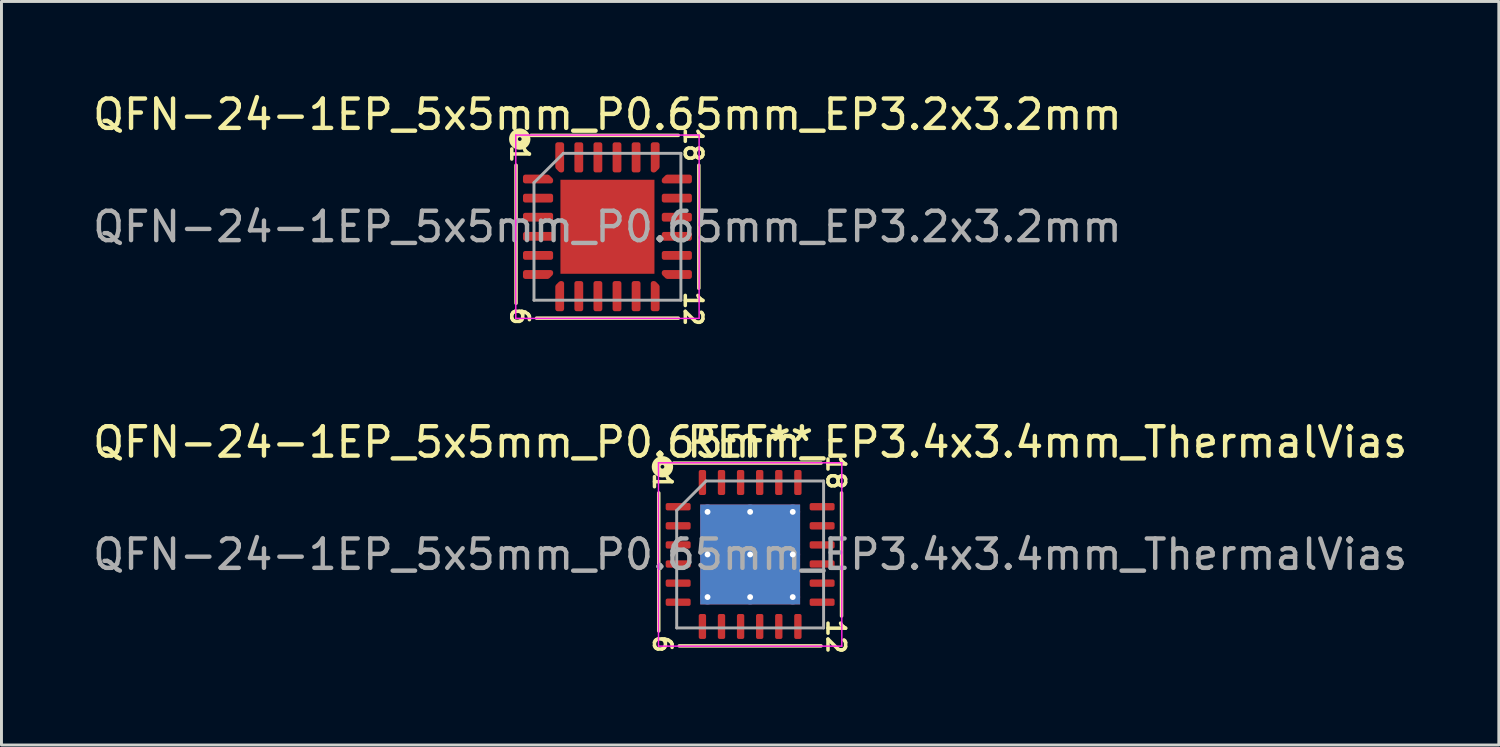
<source format=kicad_pcb>
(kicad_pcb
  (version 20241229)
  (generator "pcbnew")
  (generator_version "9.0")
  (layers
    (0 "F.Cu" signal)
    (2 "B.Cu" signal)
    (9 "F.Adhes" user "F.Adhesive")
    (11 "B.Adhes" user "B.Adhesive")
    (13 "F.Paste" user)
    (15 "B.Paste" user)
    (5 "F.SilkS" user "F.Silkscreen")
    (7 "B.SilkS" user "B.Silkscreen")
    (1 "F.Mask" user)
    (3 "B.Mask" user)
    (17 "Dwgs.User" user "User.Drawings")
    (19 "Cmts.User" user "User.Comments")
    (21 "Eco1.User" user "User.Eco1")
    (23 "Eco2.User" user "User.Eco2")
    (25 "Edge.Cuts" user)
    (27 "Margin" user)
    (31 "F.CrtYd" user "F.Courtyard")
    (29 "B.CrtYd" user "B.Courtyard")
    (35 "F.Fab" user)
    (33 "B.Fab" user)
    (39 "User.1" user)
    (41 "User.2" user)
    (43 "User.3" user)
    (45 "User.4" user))
  (footprint "QFN-24-1EP_5x5mm_P0.65mm_EP3.4x3.4mm_ThermalVias"
    (layer "F.Cu")
    (at 22.482 15.822)
    (property "Reference" "QFN-24-1EP_5x5mm_P0.65mm_EP3.4x3.4mm_ThermalVias" (at 0 -3.82 0) (layer "F.SilkS") (effects (font (size 1 1) (thickness 0.15))))
    (attr smd)
    (fp_line (start -3.111 -2.095) (end -3.111 2.603) (stroke (width 0.12) (type solid)) (layer "F.SilkS"))
    (fp_line (start -2.413 3.111) (end 2.413 3.111) (stroke (width 0.12) (type solid)) (layer "F.SilkS"))
    (fp_line (start 2.413 -3.111) (end -2.603 -3.111) (stroke (width 0.12) (type solid)) (layer "F.SilkS"))
    (fp_line (start 3.111 2.095) (end 3.111 -2.095) (stroke (width 0.12) (type solid)) (layer "F.SilkS"))
    (fp_circle (center -2.985 -2.985) (end -2.921 -2.985) (stroke (width 0.3) (type solid)) (fill no) (layer "F.SilkS"))
    (fp_line (start -3.12 -3.12) (end -3.12 3.12) (stroke (width 0.05) (type solid)) (layer "F.CrtYd"))
    (fp_line (start -3.12 3.12) (end 3.12 3.12) (stroke (width 0.05) (type solid)) (layer "F.CrtYd"))
    (fp_line (start 3.12 -3.12) (end -3.12 -3.12) (stroke (width 0.05) (type solid)) (layer "F.CrtYd"))
    (fp_line (start 3.12 3.12) (end 3.12 -3.12) (stroke (width 0.05) (type solid)) (layer "F.CrtYd"))
    (fp_line (start -2.5 -1.5) (end -1.5 -2.5) (stroke (width 0.1) (type solid)) (layer "F.Fab"))
    (fp_line (start -2.5 2.5) (end -2.5 -1.5) (stroke (width 0.1) (type solid)) (layer "F.Fab"))
    (fp_line (start -1.5 -2.5) (end 2.5 -2.5) (stroke (width 0.1) (type solid)) (layer "F.Fab"))
    (fp_line (start 2.5 -2.5) (end 2.5 2.5) (stroke (width 0.1) (type solid)) (layer "F.Fab"))
    (fp_line (start 2.5 2.5) (end -2.5 2.5) (stroke (width 0.1) (type solid)) (layer "F.Fab"))
    (fp_text user "1" (at -2.985 -2.477 270) (unlocked yes) (layer "F.SilkS") (effects (font (size 0.6 0.6) (thickness 0.12))))
    (fp_text user "12" (at 2.921 2.794 270) (unlocked yes) (layer "F.SilkS") (effects (font (size 0.6 0.6) (thickness 0.12))))
    (fp_text user "REF**" (at 0 -3.82 0) (layer "F.SilkS") (effects (font (size 1 1) (thickness 0.15))))
    (fp_text user "18" (at 2.921 -2.794 270) (unlocked yes) (layer "F.SilkS") (effects (font (size 0.6 0.6) (thickness 0.12))))
    (fp_text user "6" (at -2.985 3.048 270) (unlocked yes) (layer "F.SilkS") (effects (font (size 0.6 0.6) (thickness 0.12))))
    (fp_text user "${REFERENCE}" (at 0 0 0) (layer "F.Fab") (effects (font (size 1 1) (thickness 0.15))))
    (pad "" smd roundrect (at -0.85 -0.85) (size 1.47 1.47) (layers "F.Paste") (roundrect_rratio 0.17))
    (pad "" smd roundrect (at -0.85 0.85) (size 1.47 1.47) (layers "F.Paste") (roundrect_rratio 0.17))
    (pad "" smd roundrect (at 0.85 -0.85) (size 1.47 1.47) (layers "F.Paste") (roundrect_rratio 0.17))
    (pad "" smd roundrect (at 0.85 0.85) (size 1.47 1.47) (layers "F.Paste") (roundrect_rratio 0.17))
    (pad "1" smd roundrect (at -2.45 -1.625) (size 0.85 0.25) (layers "F.Cu" "F.Mask" "F.Paste") (roundrect_rratio 0.25))
    (pad "2" smd roundrect (at -2.45 -0.975) (size 0.85 0.25) (layers "F.Cu" "F.Mask" "F.Paste") (roundrect_rratio 0.25))
    (pad "3" smd roundrect (at -2.45 -0.325) (size 0.85 0.25) (layers "F.Cu" "F.Mask" "F.Paste") (roundrect_rratio 0.25))
    (pad "4" smd roundrect (at -2.45 0.325) (size 0.85 0.25) (layers "F.Cu" "F.Mask" "F.Paste") (roundrect_rratio 0.25))
    (pad "5" smd roundrect (at -2.45 0.975) (size 0.85 0.25) (layers "F.Cu" "F.Mask" "F.Paste") (roundrect_rratio 0.25))
    (pad "6" smd roundrect (at -2.45 1.625) (size 0.85 0.25) (layers "F.Cu" "F.Mask" "F.Paste") (roundrect_rratio 0.25))
    (pad "7" smd roundrect (at -1.625 2.45) (size 0.25 0.85) (layers "F.Cu" "F.Mask" "F.Paste") (roundrect_rratio 0.25))
    (pad "8" smd roundrect (at -0.975 2.45) (size 0.25 0.85) (layers "F.Cu" "F.Mask" "F.Paste") (roundrect_rratio 0.25))
    (pad "9" smd roundrect (at -0.325 2.45) (size 0.25 0.85) (layers "F.Cu" "F.Mask" "F.Paste") (roundrect_rratio 0.25))
    (pad "10" smd roundrect (at 0.325 2.45) (size 0.25 0.85) (layers "F.Cu" "F.Mask" "F.Paste") (roundrect_rratio 0.25))
    (pad "11" smd roundrect (at 0.975 2.45) (size 0.25 0.85) (layers "F.Cu" "F.Mask" "F.Paste") (roundrect_rratio 0.25))
    (pad "12" smd roundrect (at 1.625 2.45) (size 0.25 0.85) (layers "F.Cu" "F.Mask" "F.Paste") (roundrect_rratio 0.25))
    (pad "13" smd roundrect (at 2.45 1.625) (size 0.85 0.25) (layers "F.Cu" "F.Mask" "F.Paste") (roundrect_rratio 0.25))
    (pad "14" smd roundrect (at 2.45 0.975) (size 0.85 0.25) (layers "F.Cu" "F.Mask" "F.Paste") (roundrect_rratio 0.25))
    (pad "15" smd roundrect (at 2.45 0.325) (size 0.85 0.25) (layers "F.Cu" "F.Mask" "F.Paste") (roundrect_rratio 0.25))
    (pad "16" smd roundrect (at 2.45 -0.325) (size 0.85 0.25) (layers "F.Cu" "F.Mask" "F.Paste") (roundrect_rratio 0.25))
    (pad "17" smd roundrect (at 2.45 -0.975) (size 0.85 0.25) (layers "F.Cu" "F.Mask" "F.Paste") (roundrect_rratio 0.25))
    (pad "18" smd roundrect (at 2.45 -1.625) (size 0.85 0.25) (layers "F.Cu" "F.Mask" "F.Paste") (roundrect_rratio 0.25))
    (pad "19" smd roundrect (at 1.625 -2.45) (size 0.25 0.85) (layers "F.Cu" "F.Mask" "F.Paste") (roundrect_rratio 0.25))
    (pad "20" smd roundrect (at 0.975 -2.45) (size 0.25 0.85) (layers "F.Cu" "F.Mask" "F.Paste") (roundrect_rratio 0.25))
    (pad "21" smd roundrect (at 0.325 -2.45) (size 0.25 0.85) (layers "F.Cu" "F.Mask" "F.Paste") (roundrect_rratio 0.25))
    (pad "22" smd roundrect (at -0.325 -2.45) (size 0.25 0.85) (layers "F.Cu" "F.Mask" "F.Paste") (roundrect_rratio 0.25))
    (pad "23" smd roundrect (at -0.975 -2.45) (size 0.25 0.85) (layers "F.Cu" "F.Mask" "F.Paste") (roundrect_rratio 0.25))
    (pad "24" smd roundrect (at -1.625 -2.45) (size 0.25 0.85) (layers "F.Cu" "F.Mask" "F.Paste") (roundrect_rratio 0.25))
    (pad "25" thru_hole circle (at -1.45 -1.45) (size 0.5 0.5) (drill 0.2) (layers "*.Cu"))
    (pad "25" thru_hole circle (at -1.45 0) (size 0.5 0.5) (drill 0.2) (layers "*.Cu"))
    (pad "25" thru_hole circle (at -1.45 1.45) (size 0.5 0.5) (drill 0.2) (layers "*.Cu"))
    (pad "25" thru_hole circle (at 0 -1.45) (size 0.5 0.5) (drill 0.2) (layers "*.Cu"))
    (pad "25" thru_hole circle (at 0 0) (size 0.5 0.5) (drill 0.2) (layers "*.Cu"))
    (pad "25" smd rect (at 0 0) (size 3.4 3.4) (layers "F.Cu" "F.Mask"))
    (pad "25" smd rect (at 0 0) (size 3.4 3.4) (layers "B.Cu" "B.Mask"))
    (pad "25" thru_hole circle (at 0 1.45) (size 0.5 0.5) (drill 0.2) (layers "*.Cu"))
    (pad "25" thru_hole circle (at 1.45 -1.45) (size 0.5 0.5) (drill 0.2) (layers "*.Cu"))
    (pad "25" thru_hole circle (at 1.45 0) (size 0.5 0.5) (drill 0.2) (layers "*.Cu"))
    (pad "25" thru_hole circle (at 1.45 1.45) (size 0.5 0.5) (drill 0.2) (layers "*.Cu")))
  (footprint "QFN-24-1EP_5x5mm_P0.65mm_EP3.2x3.2mm"
    (layer "F.Cu")
    (at 17.625 4.668)
    (property "Reference" "QFN-24-1EP_5x5mm_P0.65mm_EP3.2x3.2mm" (at 0 -3.82 0) (layer "F.SilkS") (effects (font (size 1 1) (thickness 0.15))))
    (attr smd)
    (fp_line (start -3.111 -2.095) (end -3.111 2.603) (stroke (width 0.12) (type solid)) (layer "F.SilkS"))
    (fp_line (start -2.413 3.111) (end 2.413 3.111) (stroke (width 0.12) (type solid)) (layer "F.SilkS"))
    (fp_line (start 2.413 -3.111) (end -2.603 -3.111) (stroke (width 0.12) (type solid)) (layer "F.SilkS"))
    (fp_line (start 3.111 2.095) (end 3.111 -2.095) (stroke (width 0.12) (type solid)) (layer "F.SilkS"))
    (fp_circle (center -2.985 -2.985) (end -2.921 -2.985) (stroke (width 0.3) (type solid)) (fill no) (layer "F.SilkS"))
    (fp_line (start -3.12 -3.12) (end -3.12 3.12) (stroke (width 0.05) (type solid)) (layer "F.CrtYd"))
    (fp_line (start -3.12 3.12) (end 3.12 3.12) (stroke (width 0.05) (type solid)) (layer "F.CrtYd"))
    (fp_line (start 3.12 -3.12) (end -3.12 -3.12) (stroke (width 0.05) (type solid)) (layer "F.CrtYd"))
    (fp_line (start 3.12 3.12) (end 3.12 -3.12) (stroke (width 0.05) (type solid)) (layer "F.CrtYd"))
    (fp_line (start -2.5 -1.5) (end -1.5 -2.5) (stroke (width 0.1) (type solid)) (layer "F.Fab"))
    (fp_line (start -2.5 2.5) (end -2.5 -1.5) (stroke (width 0.1) (type solid)) (layer "F.Fab"))
    (fp_line (start -1.5 -2.5) (end 2.5 -2.5) (stroke (width 0.1) (type solid)) (layer "F.Fab"))
    (fp_line (start 2.5 -2.5) (end 2.5 2.5) (stroke (width 0.1) (type solid)) (layer "F.Fab"))
    (fp_line (start 2.5 2.5) (end -2.5 2.5) (stroke (width 0.1) (type solid)) (layer "F.Fab"))
    (fp_text user "12" (at 2.921 2.794 270) (unlocked yes) (layer "F.SilkS") (effects (font (size 0.6 0.6) (thickness 0.12))))
    (fp_text user "18" (at 2.921 -2.794 270) (unlocked yes) (layer "F.SilkS") (effects (font (size 0.6 0.6) (thickness 0.12))))
    (fp_text user "6" (at -2.985 3.048 270) (unlocked yes) (layer "F.SilkS") (effects (font (size 0.6 0.6) (thickness 0.12))))
    (fp_text user "1" (at -2.985 -2.477 270) (unlocked yes) (layer "F.SilkS") (effects (font (size 0.6 0.6) (thickness 0.12))))
    (fp_text user "${REFERENCE}" (at 0 0 0) (layer "F.Fab") (effects (font (size 1 1) (thickness 0.15))))
    (pad "" smd roundrect (at -0.8 -0.8) (size 1.29 1.29) (layers "F.Paste") (roundrect_rratio 0.194))
    (pad "" smd roundrect (at -0.8 0.8) (size 1.29 1.29) (layers "F.Paste") (roundrect_rratio 0.194))
    (pad "" smd roundrect (at 0.8 -0.8) (size 1.29 1.29) (layers "F.Paste") (roundrect_rratio 0.194))
    (pad "" smd roundrect (at 0.8 0.8) (size 1.29 1.29) (layers "F.Paste") (roundrect_rratio 0.194))
    (pad "1" smd custom (at -2.362 -1.625) (size 0.194 0.194) (layers "F.Cu" "F.Mask" "F.Paste") (options (anchor circle)) (primitives (gr_poly (pts (xy 0.438 0.031) (xy 0.438 0.075) (xy -0.438 0.075) (xy -0.438 -0.075) (xy 0.331 -0.075)) (width 0.15) (fill yes))))
    (pad "2" smd roundrect (at -2.362 -0.975) (size 1.025 0.3) (layers "F.Cu" "F.Mask" "F.Paste") (roundrect_rratio 0.25))
    (pad "3" smd roundrect (at -2.362 -0.325) (size 1.025 0.3) (layers "F.Cu" "F.Mask" "F.Paste") (roundrect_rratio 0.25))
    (pad "4" smd roundrect (at -2.362 0.325) (size 1.025 0.3) (layers "F.Cu" "F.Mask" "F.Paste") (roundrect_rratio 0.25))
    (pad "5" smd roundrect (at -2.362 0.975) (size 1.025 0.3) (layers "F.Cu" "F.Mask" "F.Paste") (roundrect_rratio 0.25))
    (pad "6" smd custom (at -2.362 1.625) (size 0.194 0.194) (layers "F.Cu" "F.Mask" "F.Paste") (options (anchor circle)) (primitives (gr_poly (pts (xy 0.438 -0.031) (xy 0.331 0.075) (xy -0.438 0.075) (xy -0.438 -0.075) (xy 0.438 -0.075)) (width 0.15) (fill yes))))
    (pad "7" smd custom (at -1.625 2.362) (size 0.194 0.194) (layers "F.Cu" "F.Mask" "F.Paste") (options (anchor circle)) (primitives (gr_poly (pts (xy 0.075 0.438) (xy -0.075 0.438) (xy -0.075 -0.331) (xy 0.031 -0.438) (xy 0.075 -0.438)) (width 0.15) (fill yes))))
    (pad "8" smd roundrect (at -0.975 2.362) (size 0.3 1.025) (layers "F.Cu" "F.Mask" "F.Paste") (roundrect_rratio 0.25))
    (pad "9" smd roundrect (at -0.325 2.362) (size 0.3 1.025) (layers "F.Cu" "F.Mask" "F.Paste") (roundrect_rratio 0.25))
    (pad "10" smd roundrect (at 0.325 2.362) (size 0.3 1.025) (layers "F.Cu" "F.Mask" "F.Paste") (roundrect_rratio 0.25))
    (pad "11" smd roundrect (at 0.975 2.362) (size 0.3 1.025) (layers "F.Cu" "F.Mask" "F.Paste") (roundrect_rratio 0.25))
    (pad "12" smd custom (at 1.625 2.362) (size 0.194 0.194) (layers "F.Cu" "F.Mask" "F.Paste") (options (anchor circle)) (primitives (gr_poly (pts (xy 0.075 -0.331) (xy 0.075 0.438) (xy -0.075 0.438) (xy -0.075 -0.438) (xy -0.031 -0.438)) (width 0.15) (fill yes))))
    (pad "13" smd custom (at 2.362 1.625) (size 0.194 0.194) (layers "F.Cu" "F.Mask" "F.Paste") (options (anchor circle)) (primitives (gr_poly (pts (xy 0.438 0.075) (xy -0.331 0.075) (xy -0.438 -0.031) (xy -0.438 -0.075) (xy 0.438 -0.075)) (width 0.15) (fill yes))))
    (pad "14" smd roundrect (at 2.362 0.975) (size 1.025 0.3) (layers "F.Cu" "F.Mask" "F.Paste") (roundrect_rratio 0.25))
    (pad "15" smd roundrect (at 2.362 0.325) (size 1.025 0.3) (layers "F.Cu" "F.Mask" "F.Paste") (roundrect_rratio 0.25))
    (pad "16" smd roundrect (at 2.362 -0.325) (size 1.025 0.3) (layers "F.Cu" "F.Mask" "F.Paste") (roundrect_rratio 0.25))
    (pad "17" smd roundrect (at 2.362 -0.975) (size 1.025 0.3) (layers "F.Cu" "F.Mask" "F.Paste") (roundrect_rratio 0.25))
    (pad "18" smd custom (at 2.362 -1.625) (size 0.194 0.194) (layers "F.Cu" "F.Mask" "F.Paste") (options (anchor circle)) (primitives (gr_poly (pts (xy 0.438 0.075) (xy -0.438 0.075) (xy -0.438 0.031) (xy -0.331 -0.075) (xy 0.438 -0.075)) (width 0.15) (fill yes))))
    (pad "19" smd custom (at 1.625 -2.362) (size 0.194 0.194) (layers "F.Cu" "F.Mask" "F.Paste") (options (anchor circle)) (primitives (gr_poly (pts (xy 0.075 0.331) (xy -0.031 0.438) (xy -0.075 0.438) (xy -0.075 -0.438) (xy 0.075 -0.438)) (width 0.15) (fill yes))))
    (pad "20" smd roundrect (at 0.975 -2.362) (size 0.3 1.025) (layers "F.Cu" "F.Mask" "F.Paste") (roundrect_rratio 0.25))
    (pad "21" smd roundrect (at 0.325 -2.362) (size 0.3 1.025) (layers "F.Cu" "F.Mask" "F.Paste") (roundrect_rratio 0.25))
    (pad "22" smd roundrect (at -0.325 -2.362) (size 0.3 1.025) (layers "F.Cu" "F.Mask" "F.Paste") (roundrect_rratio 0.25))
    (pad "23" smd roundrect (at -0.975 -2.362) (size 0.3 1.025) (layers "F.Cu" "F.Mask" "F.Paste") (roundrect_rratio 0.25))
    (pad "24" smd custom (at -1.625 -2.362) (size 0.194 0.194) (layers "F.Cu" "F.Mask" "F.Paste") (options (anchor circle)) (primitives (gr_poly (pts (xy 0.075 0.438) (xy 0.031 0.438) (xy -0.075 0.331) (xy -0.075 -0.438) (xy 0.075 -0.438)) (width 0.15) (fill yes))))
    (pad "25" smd rect (at 0 0) (size 3.2 3.2) (layers "F.Cu" "F.Mask")))
  (gr_rect
    (start -3 -3)
    (end 47.964 22.307)
    (stroke (width 0.1) (type default))
    (fill no)
    (layer "Edge.Cuts")))
</source>
